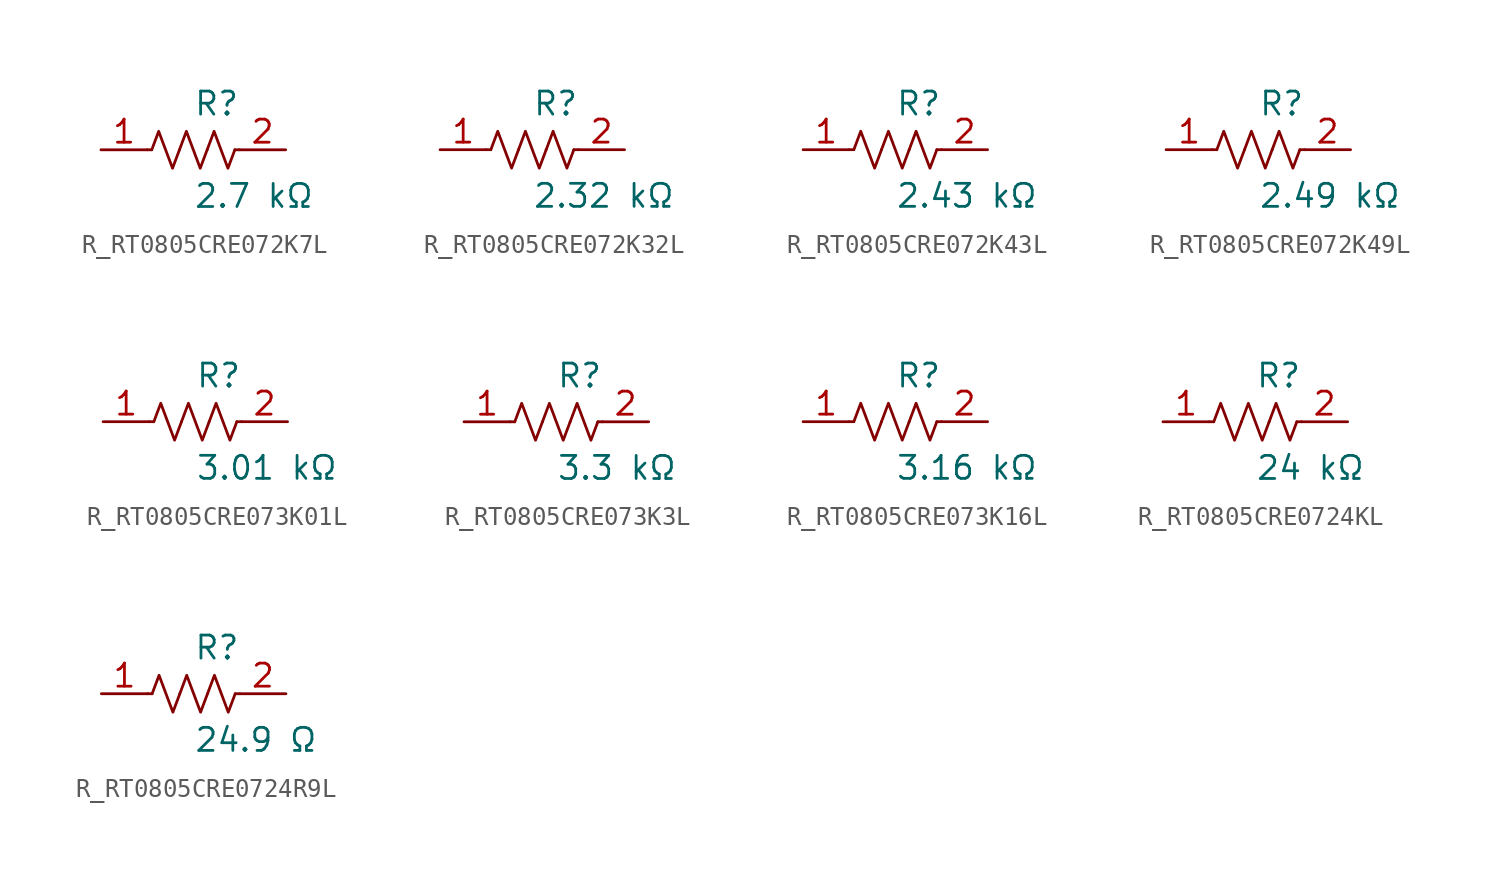
<source format=kicad_sym>
(kicad_symbol_lib
  (version 20231120)
  (generator kicad_symbol_editor)
  (generator_version 8.0)
  (symbol "R_RT0805CRE072K7L"
    (pin_names
      (offset 0.254))
    (property "Reference" "R"
      (at 0 2.54 0)
      (effects (font (size 1.27 1.27)) (justify left)))
    (property "Value" "2.7 kΩ"
      (at 0 -2.54 0)
      (effects (font (size 1.27 1.27)) (justify left)))
    (symbol "R_RT0805CRE072K7L_0_1"
      (polyline (pts (xy 2.286 0) (xy 2.54 0)) (stroke (width 0) (type default)) (fill (type none)))
      (polyline (pts (xy -2.286 0) (xy -2.54 0)) (stroke (width 0) (type default)) (fill (type none)))
      (polyline (pts (xy 0.762 0) (xy 1.143 1.016) (xy 1.524 0) (xy 1.905 -1.016) (xy 2.286 0)) (stroke (width 0) (type default)) (fill (type none)))
      (polyline (pts (xy -0.762 0) (xy -0.381 1.016) (xy 0 0) (xy 0.381 -1.016) (xy 0.762 0)) (stroke (width 0) (type default)) (fill (type none)))
      (polyline (pts (xy -2.286 0) (xy -1.905 1.016) (xy -1.524 0) (xy -1.143 -1.016) (xy -0.762 0)) (stroke (width 0) (type default)) (fill (type none))))
    (pin unspecified line
      (at -5.08 0 0)
      (length 2.54)
      (name "" (effects (font (size 1.27 1.27))))
      (number "1" (effects (font (size 1.27 1.27)))))
    (pin unspecified line
      (at 5.08 0 180)
      (length 2.54)
      (name "" (effects (font (size 1.27 1.27))))
      (number "2" (effects (font (size 1.27 1.27))))))
  (symbol "R_RT0805CRE072K32L"
    (pin_names
      (offset 0.254))
    (property "Reference" "R"
      (at 0 2.54 0)
      (effects (font (size 1.27 1.27)) (justify left)))
    (property "Value" "2.32 kΩ"
      (at 0 -2.54 0)
      (effects (font (size 1.27 1.27)) (justify left)))
    (symbol "R_RT0805CRE072K32L_0_1"
      (polyline (pts (xy 2.286 0) (xy 2.54 0)) (stroke (width 0) (type default)) (fill (type none)))
      (polyline (pts (xy -2.286 0) (xy -2.54 0)) (stroke (width 0) (type default)) (fill (type none)))
      (polyline (pts (xy 0.762 0) (xy 1.143 1.016) (xy 1.524 0) (xy 1.905 -1.016) (xy 2.286 0)) (stroke (width 0) (type default)) (fill (type none)))
      (polyline (pts (xy -0.762 0) (xy -0.381 1.016) (xy 0 0) (xy 0.381 -1.016) (xy 0.762 0)) (stroke (width 0) (type default)) (fill (type none)))
      (polyline (pts (xy -2.286 0) (xy -1.905 1.016) (xy -1.524 0) (xy -1.143 -1.016) (xy -0.762 0)) (stroke (width 0) (type default)) (fill (type none))))
    (pin unspecified line
      (at -5.08 0 0)
      (length 2.54)
      (name "" (effects (font (size 1.27 1.27))))
      (number "1" (effects (font (size 1.27 1.27)))))
    (pin unspecified line
      (at 5.08 0 180)
      (length 2.54)
      (name "" (effects (font (size 1.27 1.27))))
      (number "2" (effects (font (size 1.27 1.27))))))
  (symbol "R_RT0805CRE072K43L"
    (pin_names
      (offset 0.254))
    (property "Reference" "R"
      (at 0 2.54 0)
      (effects (font (size 1.27 1.27)) (justify left)))
    (property "Value" "2.43 kΩ"
      (at 0 -2.54 0)
      (effects (font (size 1.27 1.27)) (justify left)))
    (symbol "R_RT0805CRE072K43L_0_1"
      (polyline (pts (xy 2.286 0) (xy 2.54 0)) (stroke (width 0) (type default)) (fill (type none)))
      (polyline (pts (xy -2.286 0) (xy -2.54 0)) (stroke (width 0) (type default)) (fill (type none)))
      (polyline (pts (xy 0.762 0) (xy 1.143 1.016) (xy 1.524 0) (xy 1.905 -1.016) (xy 2.286 0)) (stroke (width 0) (type default)) (fill (type none)))
      (polyline (pts (xy -0.762 0) (xy -0.381 1.016) (xy 0 0) (xy 0.381 -1.016) (xy 0.762 0)) (stroke (width 0) (type default)) (fill (type none)))
      (polyline (pts (xy -2.286 0) (xy -1.905 1.016) (xy -1.524 0) (xy -1.143 -1.016) (xy -0.762 0)) (stroke (width 0) (type default)) (fill (type none))))
    (pin unspecified line
      (at -5.08 0 0)
      (length 2.54)
      (name "" (effects (font (size 1.27 1.27))))
      (number "1" (effects (font (size 1.27 1.27)))))
    (pin unspecified line
      (at 5.08 0 180)
      (length 2.54)
      (name "" (effects (font (size 1.27 1.27))))
      (number "2" (effects (font (size 1.27 1.27))))))
  (symbol "R_RT0805CRE072K49L"
    (pin_names
      (offset 0.254))
    (property "Reference" "R"
      (at 0 2.54 0)
      (effects (font (size 1.27 1.27)) (justify left)))
    (property "Value" "2.49 kΩ"
      (at 0 -2.54 0)
      (effects (font (size 1.27 1.27)) (justify left)))
    (symbol "R_RT0805CRE072K49L_0_1"
      (polyline (pts (xy 2.286 0) (xy 2.54 0)) (stroke (width 0) (type default)) (fill (type none)))
      (polyline (pts (xy -2.286 0) (xy -2.54 0)) (stroke (width 0) (type default)) (fill (type none)))
      (polyline (pts (xy 0.762 0) (xy 1.143 1.016) (xy 1.524 0) (xy 1.905 -1.016) (xy 2.286 0)) (stroke (width 0) (type default)) (fill (type none)))
      (polyline (pts (xy -0.762 0) (xy -0.381 1.016) (xy 0 0) (xy 0.381 -1.016) (xy 0.762 0)) (stroke (width 0) (type default)) (fill (type none)))
      (polyline (pts (xy -2.286 0) (xy -1.905 1.016) (xy -1.524 0) (xy -1.143 -1.016) (xy -0.762 0)) (stroke (width 0) (type default)) (fill (type none))))
    (pin unspecified line
      (at -5.08 0 0)
      (length 2.54)
      (name "" (effects (font (size 1.27 1.27))))
      (number "1" (effects (font (size 1.27 1.27)))))
    (pin unspecified line
      (at 5.08 0 180)
      (length 2.54)
      (name "" (effects (font (size 1.27 1.27))))
      (number "2" (effects (font (size 1.27 1.27))))))
  (symbol "R_RT0805CRE073K01L"
    (pin_names
      (offset 0.254))
    (property "Reference" "R"
      (at 0 2.54 0)
      (effects (font (size 1.27 1.27)) (justify left)))
    (property "Value" "3.01 kΩ"
      (at 0 -2.54 0)
      (effects (font (size 1.27 1.27)) (justify left)))
    (symbol "R_RT0805CRE073K01L_0_1"
      (polyline (pts (xy 2.286 0) (xy 2.54 0)) (stroke (width 0) (type default)) (fill (type none)))
      (polyline (pts (xy -2.286 0) (xy -2.54 0)) (stroke (width 0) (type default)) (fill (type none)))
      (polyline (pts (xy 0.762 0) (xy 1.143 1.016) (xy 1.524 0) (xy 1.905 -1.016) (xy 2.286 0)) (stroke (width 0) (type default)) (fill (type none)))
      (polyline (pts (xy -0.762 0) (xy -0.381 1.016) (xy 0 0) (xy 0.381 -1.016) (xy 0.762 0)) (stroke (width 0) (type default)) (fill (type none)))
      (polyline (pts (xy -2.286 0) (xy -1.905 1.016) (xy -1.524 0) (xy -1.143 -1.016) (xy -0.762 0)) (stroke (width 0) (type default)) (fill (type none))))
    (pin unspecified line
      (at -5.08 0 0)
      (length 2.54)
      (name "" (effects (font (size 1.27 1.27))))
      (number "1" (effects (font (size 1.27 1.27)))))
    (pin unspecified line
      (at 5.08 0 180)
      (length 2.54)
      (name "" (effects (font (size 1.27 1.27))))
      (number "2" (effects (font (size 1.27 1.27))))))
  (symbol "R_RT0805CRE073K3L"
    (pin_names
      (offset 0.254))
    (property "Reference" "R"
      (at 0 2.54 0)
      (effects (font (size 1.27 1.27)) (justify left)))
    (property "Value" "3.3 kΩ"
      (at 0 -2.54 0)
      (effects (font (size 1.27 1.27)) (justify left)))
    (symbol "R_RT0805CRE073K3L_0_1"
      (polyline (pts (xy 2.286 0) (xy 2.54 0)) (stroke (width 0) (type default)) (fill (type none)))
      (polyline (pts (xy -2.286 0) (xy -2.54 0)) (stroke (width 0) (type default)) (fill (type none)))
      (polyline (pts (xy 0.762 0) (xy 1.143 1.016) (xy 1.524 0) (xy 1.905 -1.016) (xy 2.286 0)) (stroke (width 0) (type default)) (fill (type none)))
      (polyline (pts (xy -0.762 0) (xy -0.381 1.016) (xy 0 0) (xy 0.381 -1.016) (xy 0.762 0)) (stroke (width 0) (type default)) (fill (type none)))
      (polyline (pts (xy -2.286 0) (xy -1.905 1.016) (xy -1.524 0) (xy -1.143 -1.016) (xy -0.762 0)) (stroke (width 0) (type default)) (fill (type none))))
    (pin unspecified line
      (at -5.08 0 0)
      (length 2.54)
      (name "" (effects (font (size 1.27 1.27))))
      (number "1" (effects (font (size 1.27 1.27)))))
    (pin unspecified line
      (at 5.08 0 180)
      (length 2.54)
      (name "" (effects (font (size 1.27 1.27))))
      (number "2" (effects (font (size 1.27 1.27))))))
  (symbol "R_RT0805CRE073K16L"
    (pin_names
      (offset 0.254))
    (property "Reference" "R"
      (at 0 2.54 0)
      (effects (font (size 1.27 1.27)) (justify left)))
    (property "Value" "3.16 kΩ"
      (at 0 -2.54 0)
      (effects (font (size 1.27 1.27)) (justify left)))
    (symbol "R_RT0805CRE073K16L_0_1"
      (polyline (pts (xy 2.286 0) (xy 2.54 0)) (stroke (width 0) (type default)) (fill (type none)))
      (polyline (pts (xy -2.286 0) (xy -2.54 0)) (stroke (width 0) (type default)) (fill (type none)))
      (polyline (pts (xy 0.762 0) (xy 1.143 1.016) (xy 1.524 0) (xy 1.905 -1.016) (xy 2.286 0)) (stroke (width 0) (type default)) (fill (type none)))
      (polyline (pts (xy -0.762 0) (xy -0.381 1.016) (xy 0 0) (xy 0.381 -1.016) (xy 0.762 0)) (stroke (width 0) (type default)) (fill (type none)))
      (polyline (pts (xy -2.286 0) (xy -1.905 1.016) (xy -1.524 0) (xy -1.143 -1.016) (xy -0.762 0)) (stroke (width 0) (type default)) (fill (type none))))
    (pin unspecified line
      (at -5.08 0 0)
      (length 2.54)
      (name "" (effects (font (size 1.27 1.27))))
      (number "1" (effects (font (size 1.27 1.27)))))
    (pin unspecified line
      (at 5.08 0 180)
      (length 2.54)
      (name "" (effects (font (size 1.27 1.27))))
      (number "2" (effects (font (size 1.27 1.27))))))
  (symbol "R_RT0805CRE0724KL"
    (pin_names
      (offset 0.254))
    (property "Reference" "R"
      (at 0 2.54 0)
      (effects (font (size 1.27 1.27)) (justify left)))
    (property "Value" "24 kΩ"
      (at 0 -2.54 0)
      (effects (font (size 1.27 1.27)) (justify left)))
    (symbol "R_RT0805CRE0724KL_0_1"
      (polyline (pts (xy 2.286 0) (xy 2.54 0)) (stroke (width 0) (type default)) (fill (type none)))
      (polyline (pts (xy -2.286 0) (xy -2.54 0)) (stroke (width 0) (type default)) (fill (type none)))
      (polyline (pts (xy 0.762 0) (xy 1.143 1.016) (xy 1.524 0) (xy 1.905 -1.016) (xy 2.286 0)) (stroke (width 0) (type default)) (fill (type none)))
      (polyline (pts (xy -0.762 0) (xy -0.381 1.016) (xy 0 0) (xy 0.381 -1.016) (xy 0.762 0)) (stroke (width 0) (type default)) (fill (type none)))
      (polyline (pts (xy -2.286 0) (xy -1.905 1.016) (xy -1.524 0) (xy -1.143 -1.016) (xy -0.762 0)) (stroke (width 0) (type default)) (fill (type none))))
    (pin unspecified line
      (at -5.08 0 0)
      (length 2.54)
      (name "" (effects (font (size 1.27 1.27))))
      (number "1" (effects (font (size 1.27 1.27)))))
    (pin unspecified line
      (at 5.08 0 180)
      (length 2.54)
      (name "" (effects (font (size 1.27 1.27))))
      (number "2" (effects (font (size 1.27 1.27))))))
  (symbol "R_RT0805CRE0724R9L"
    (pin_names
      (offset 0.254))
    (property "Reference" "R"
      (at 0 2.54 0)
      (effects (font (size 1.27 1.27)) (justify left)))
    (property "Value" "24.9 Ω"
      (at 0 -2.54 0)
      (effects (font (size 1.27 1.27)) (justify left)))
    (symbol "R_RT0805CRE0724R9L_0_1"
      (polyline (pts (xy 2.286 0) (xy 2.54 0)) (stroke (width 0) (type default)) (fill (type none)))
      (polyline (pts (xy -2.286 0) (xy -2.54 0)) (stroke (width 0) (type default)) (fill (type none)))
      (polyline (pts (xy 0.762 0) (xy 1.143 1.016) (xy 1.524 0) (xy 1.905 -1.016) (xy 2.286 0)) (stroke (width 0) (type default)) (fill (type none)))
      (polyline (pts (xy -0.762 0) (xy -0.381 1.016) (xy 0 0) (xy 0.381 -1.016) (xy 0.762 0)) (stroke (width 0) (type default)) (fill (type none)))
      (polyline (pts (xy -2.286 0) (xy -1.905 1.016) (xy -1.524 0) (xy -1.143 -1.016) (xy -0.762 0)) (stroke (width 0) (type default)) (fill (type none))))
    (pin unspecified line
      (at -5.08 0 0)
      (length 2.54)
      (name "" (effects (font (size 1.27 1.27))))
      (number "1" (effects (font (size 1.27 1.27)))))
    (pin unspecified line
      (at 5.08 0 180)
      (length 2.54)
      (name "" (effects (font (size 1.27 1.27))))
      (number "2" (effects (font (size 1.27 1.27)))))))
</source>
